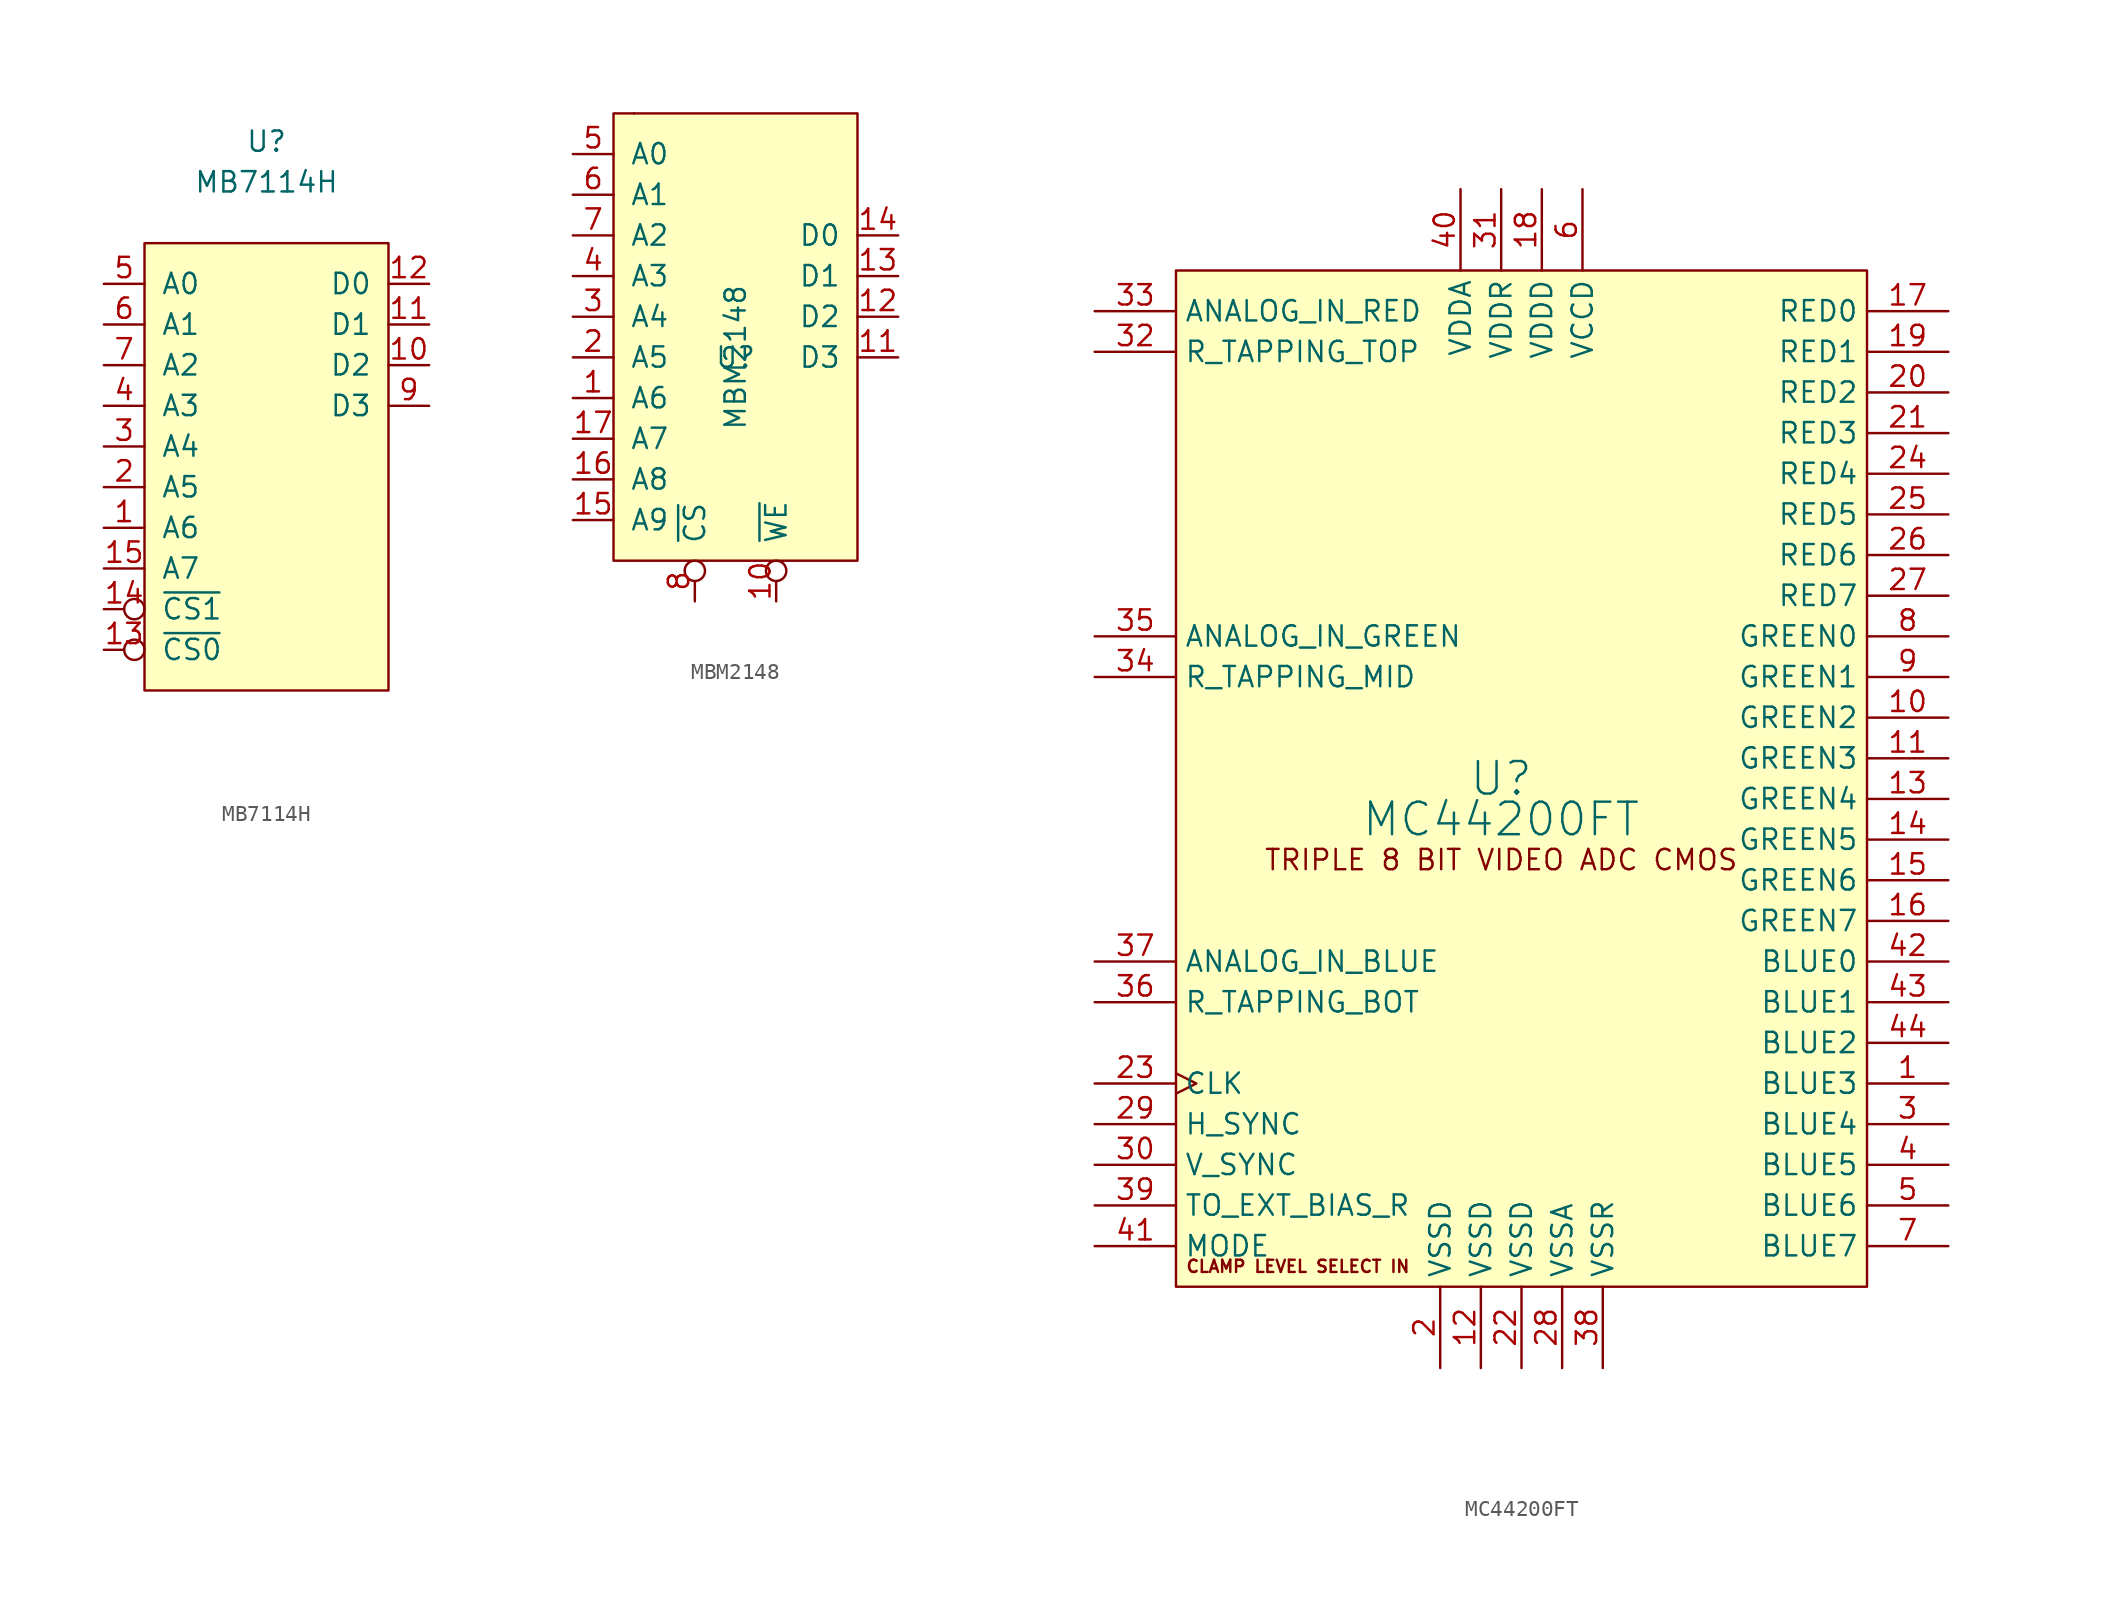
<source format=kicad_sym>
(kicad_symbol_lib
  (version 20211014)
  (generator kicad_symbol_editor)
  (symbol "MB7114H"
    (pin_names
      (offset 1.016))
    (property "Reference" "U"
      (at 0 11.43 0)
      (effects (font (size 1.27 1.27))))
    (property "Value" "MB7114H"
      (at 0 8.89 0)
      (effects (font (size 1.27 1.27))))
    (symbol "MB7114H_0_1"
      (rectangle (start -7.62 5.08) (end 7.62 -22.86) (stroke (width 0) (type default) (color 0 0 0 0)) (fill (type background))))
    (symbol "MB7114H_1_1"
      (pin input line (at -10.16 -12.7 0) (length 2.54) (name "A6" (effects (font (size 1.27 1.27)))) (number "1" (effects (font (size 1.27 1.27)))))
      (pin output line (at 10.16 -2.54 180) (length 2.54) (name "D2" (effects (font (size 1.27 1.27)))) (number "10" (effects (font (size 1.27 1.27)))))
      (pin output line (at 10.16 0 180) (length 2.54) (name "D1" (effects (font (size 1.27 1.27)))) (number "11" (effects (font (size 1.27 1.27)))))
      (pin output line (at 10.16 2.54 180) (length 2.54) (name "D0" (effects (font (size 1.27 1.27)))) (number "12" (effects (font (size 1.27 1.27)))))
      (pin input inverted (at -10.16 -20.32 0) (length 2.54) (name "~{CS0}" (effects (font (size 1.27 1.27)))) (number "13" (effects (font (size 1.27 1.27)))))
      (pin input inverted (at -10.16 -17.78 0) (length 2.54) (name "~{CS1}" (effects (font (size 1.27 1.27)))) (number "14" (effects (font (size 1.27 1.27)))))
      (pin input line (at -10.16 -15.24 0) (length 2.54) (name "A7" (effects (font (size 1.27 1.27)))) (number "15" (effects (font (size 1.27 1.27)))))
      (pin output line (at 0 7.62 270) (length 2.54) hide (name "VCC" (effects (font (size 1.27 1.27)))) (number "16" (effects (font (size 1.27 1.27)))))
      (pin input line (at -10.16 -10.16 0) (length 2.54) (name "A5" (effects (font (size 1.27 1.27)))) (number "2" (effects (font (size 1.27 1.27)))))
      (pin input line (at -10.16 -7.62 0) (length 2.54) (name "A4" (effects (font (size 1.27 1.27)))) (number "3" (effects (font (size 1.27 1.27)))))
      (pin input line (at -10.16 -5.08 0) (length 2.54) (name "A3" (effects (font (size 1.27 1.27)))) (number "4" (effects (font (size 1.27 1.27)))))
      (pin input line (at -10.16 2.54 0) (length 2.54) (name "A0" (effects (font (size 1.27 1.27)))) (number "5" (effects (font (size 1.27 1.27)))))
      (pin input line (at -10.16 0 0) (length 2.54) (name "A1" (effects (font (size 1.27 1.27)))) (number "6" (effects (font (size 1.27 1.27)))))
      (pin input line (at -10.16 -2.54 0) (length 2.54) (name "A2" (effects (font (size 1.27 1.27)))) (number "7" (effects (font (size 1.27 1.27)))))
      (pin output line (at 0 -25.4 90) (length 2.54) hide (name "GND" (effects (font (size 1.27 1.27)))) (number "8" (effects (font (size 1.27 1.27)))))
      (pin output line (at 10.16 -5.08 180) (length 2.54) (name "D3" (effects (font (size 1.27 1.27)))) (number "9" (effects (font (size 1.27 1.27)))))))
  (symbol "MBM2148"
    (pin_names
      (offset 1.016))
    (property "Reference" "U"
      (at -34.29 -20.32 0)
      (effects (font (size 1.27 1.27))))
    (property "Value" "MBM2148"
      (at -34.29 -20.32 90)
      (effects (font (size 1.27 1.27))))
    (symbol "MBM2148_0_1"
      (rectangle (start -41.91 -5.08) (end -26.67 -33.02) (stroke (width 0) (type default) (color 0 0 0 0)) (fill (type background)))
      (rectangle (start -40.64 -5.08) (end -40.64 -5.08) (stroke (width 0) (type default) (color 0 0 0 0)) (fill (type none))))
    (symbol "MBM2148_1_1"
      (pin input line (at -44.45 -22.86 0) (length 2.54) (name "A6" (effects (font (size 1.27 1.27)))) (number "1" (effects (font (size 1.27 1.27)))))
      (pin input inverted (at -31.75 -35.56 90) (length 2.54) (name "~{WE}" (effects (font (size 1.27 1.27)))) (number "10" (effects (font (size 1.27 1.27)))))
      (pin output line (at -24.13 -20.32 180) (length 2.54) (name "D3" (effects (font (size 1.27 1.27)))) (number "11" (effects (font (size 1.27 1.27)))))
      (pin output line (at -24.13 -17.78 180) (length 2.54) (name "D2" (effects (font (size 1.27 1.27)))) (number "12" (effects (font (size 1.27 1.27)))))
      (pin output line (at -24.13 -15.24 180) (length 2.54) (name "D1" (effects (font (size 1.27 1.27)))) (number "13" (effects (font (size 1.27 1.27)))))
      (pin output line (at -24.13 -12.7 180) (length 2.54) (name "D0" (effects (font (size 1.27 1.27)))) (number "14" (effects (font (size 1.27 1.27)))))
      (pin input line (at -44.45 -30.48 0) (length 2.54) (name "A9" (effects (font (size 1.27 1.27)))) (number "15" (effects (font (size 1.27 1.27)))))
      (pin input line (at -44.45 -27.94 0) (length 2.54) (name "A8" (effects (font (size 1.27 1.27)))) (number "16" (effects (font (size 1.27 1.27)))))
      (pin input line (at -44.45 -25.4 0) (length 2.54) (name "A7" (effects (font (size 1.27 1.27)))) (number "17" (effects (font (size 1.27 1.27)))))
      (pin power_in line (at -26.67 -7.62 180) (length 2.54) hide (name "VCC" (effects (font (size 1.27 1.27)))) (number "18" (effects (font (size 1.27 1.27)))))
      (pin input line (at -44.45 -20.32 0) (length 2.54) (name "A5" (effects (font (size 1.27 1.27)))) (number "2" (effects (font (size 1.27 1.27)))))
      (pin input line (at -44.45 -17.78 0) (length 2.54) (name "A4" (effects (font (size 1.27 1.27)))) (number "3" (effects (font (size 1.27 1.27)))))
      (pin input line (at -44.45 -15.24 0) (length 2.54) (name "A3" (effects (font (size 1.27 1.27)))) (number "4" (effects (font (size 1.27 1.27)))))
      (pin input line (at -44.45 -7.62 0) (length 2.54) (name "A0" (effects (font (size 1.27 1.27)))) (number "5" (effects (font (size 1.27 1.27)))))
      (pin input line (at -44.45 -10.16 0) (length 2.54) (name "A1" (effects (font (size 1.27 1.27)))) (number "6" (effects (font (size 1.27 1.27)))))
      (pin input line (at -44.45 -12.7 0) (length 2.54) (name "A2" (effects (font (size 1.27 1.27)))) (number "7" (effects (font (size 1.27 1.27)))))
      (pin input inverted (at -36.83 -35.56 90) (length 2.54) (name "~{CS}" (effects (font (size 1.27 1.27)))) (number "8" (effects (font (size 1.27 1.27)))))
      (pin power_in line (at -26.67 -10.16 180) (length 2.54) hide (name "VSS" (effects (font (size 1.27 1.27)))) (number "9" (effects (font (size 1.27 1.27)))))))
  (symbol "MC44200FT"
    (property "Reference" "U"
      (at -1.27 3.81 0)
      (effects (font (size 2.032 2.032))))
    (property "Value" "MC44200FT"
      (at -1.27 1.27 0)
      (effects (font (size 2.032 2.032))))
    (symbol "MC44200FT_0_0"
      (text "CLAMP LEVEL SELECT IN" (at -13.97 -26.67 0) (effects (font (size 0.762 0.762))))
      (text "TRIPLE 8 BIT VIDEO ADC CMOS" (at -1.27 -1.27 0) (effects (font (size 1.27 1.27)))))
    (symbol "MC44200FT_0_1"
      (rectangle (start -21.59 35.56) (end 21.59 -27.94) (stroke (width 0.152) (type default) (color 0 0 0 0)) (fill (type background))))
    (symbol "MC44200FT_1_1"
      (pin output line (at 26.67 -15.24 180) (length 5.08) (name "BLUE3" (effects (font (size 1.27 1.27)))) (number "1" (effects (font (size 1.27 1.27)))))
      (pin output line (at 26.67 7.62 180) (length 5.08) (name "GREEN2" (effects (font (size 1.27 1.27)))) (number "10" (effects (font (size 1.27 1.27)))))
      (pin output line (at 26.67 5.08 180) (length 5.08) (name "GREEN3" (effects (font (size 1.27 1.27)))) (number "11" (effects (font (size 1.27 1.27)))))
      (pin power_in line (at -2.54 -33.02 90) (length 5.08) (name "VSSD" (effects (font (size 1.27 1.27)))) (number "12" (effects (font (size 1.27 1.27)))))
      (pin output line (at 26.67 2.54 180) (length 5.08) (name "GREEN4" (effects (font (size 1.27 1.27)))) (number "13" (effects (font (size 1.27 1.27)))))
      (pin output line (at 26.67 0 180) (length 5.08) (name "GREEN5" (effects (font (size 1.27 1.27)))) (number "14" (effects (font (size 1.27 1.27)))))
      (pin output line (at 26.67 -2.54 180) (length 5.08) (name "GREEN6" (effects (font (size 1.27 1.27)))) (number "15" (effects (font (size 1.27 1.27)))))
      (pin output line (at 26.67 -5.08 180) (length 5.08) (name "GREEN7" (effects (font (size 1.27 1.27)))) (number "16" (effects (font (size 1.27 1.27)))))
      (pin output line (at 26.67 33.02 180) (length 5.08) (name "RED0" (effects (font (size 1.27 1.27)))) (number "17" (effects (font (size 1.27 1.27)))))
      (pin power_in line (at 1.27 40.64 270) (length 5.08) (name "VDDD" (effects (font (size 1.27 1.27)))) (number "18" (effects (font (size 1.27 1.27)))))
      (pin output line (at 26.67 30.48 180) (length 5.08) (name "RED1" (effects (font (size 1.27 1.27)))) (number "19" (effects (font (size 1.27 1.27)))))
      (pin power_in line (at -5.08 -33.02 90) (length 5.08) (name "VSSD" (effects (font (size 1.27 1.27)))) (number "2" (effects (font (size 1.27 1.27)))))
      (pin output line (at 26.67 27.94 180) (length 5.08) (name "RED2" (effects (font (size 1.27 1.27)))) (number "20" (effects (font (size 1.27 1.27)))))
      (pin output line (at 26.67 25.4 180) (length 5.08) (name "RED3" (effects (font (size 1.27 1.27)))) (number "21" (effects (font (size 1.27 1.27)))))
      (pin power_in line (at 0 -33.02 90) (length 5.08) (name "VSSD" (effects (font (size 1.27 1.27)))) (number "22" (effects (font (size 1.27 1.27)))))
      (pin input clock (at -26.67 -15.24 0) (length 5.08) (name "CLK" (effects (font (size 1.27 1.27)))) (number "23" (effects (font (size 1.27 1.27)))))
      (pin output line (at 26.67 22.86 180) (length 5.08) (name "RED4" (effects (font (size 1.27 1.27)))) (number "24" (effects (font (size 1.27 1.27)))))
      (pin output line (at 26.67 20.32 180) (length 5.08) (name "RED5" (effects (font (size 1.27 1.27)))) (number "25" (effects (font (size 1.27 1.27)))))
      (pin output line (at 26.67 17.78 180) (length 5.08) (name "RED6" (effects (font (size 1.27 1.27)))) (number "26" (effects (font (size 1.27 1.27)))))
      (pin output line (at 26.67 15.24 180) (length 5.08) (name "RED7" (effects (font (size 1.27 1.27)))) (number "27" (effects (font (size 1.27 1.27)))))
      (pin power_in line (at 2.54 -33.02 90) (length 5.08) (name "VSSA" (effects (font (size 1.27 1.27)))) (number "28" (effects (font (size 1.27 1.27)))))
      (pin input line (at -26.67 -17.78 0) (length 5.08) (name "H_SYNC" (effects (font (size 1.27 1.27)))) (number "29" (effects (font (size 1.27 1.27)))))
      (pin output line (at 26.67 -17.78 180) (length 5.08) (name "BLUE4" (effects (font (size 1.27 1.27)))) (number "3" (effects (font (size 1.27 1.27)))))
      (pin input line (at -26.67 -20.32 0) (length 5.08) (name "V_SYNC" (effects (font (size 1.27 1.27)))) (number "30" (effects (font (size 1.27 1.27)))))
      (pin power_in line (at -1.27 40.64 270) (length 5.08) (name "VDDR" (effects (font (size 1.27 1.27)))) (number "31" (effects (font (size 1.27 1.27)))))
      (pin input line (at -26.67 30.48 0) (length 5.08) (name "R_TAPPING_TOP" (effects (font (size 1.27 1.27)))) (number "32" (effects (font (size 1.27 1.27)))))
      (pin input line (at -26.67 33.02 0) (length 5.08) (name "ANALOG_IN_RED" (effects (font (size 1.27 1.27)))) (number "33" (effects (font (size 1.27 1.27)))))
      (pin input line (at -26.67 10.16 0) (length 5.08) (name "R_TAPPING_MID" (effects (font (size 1.27 1.27)))) (number "34" (effects (font (size 1.27 1.27)))))
      (pin input line (at -26.67 12.7 0) (length 5.08) (name "ANALOG_IN_GREEN" (effects (font (size 1.27 1.27)))) (number "35" (effects (font (size 1.27 1.27)))))
      (pin input line (at -26.67 -10.16 0) (length 5.08) (name "R_TAPPING_BOT" (effects (font (size 1.27 1.27)))) (number "36" (effects (font (size 1.27 1.27)))))
      (pin input line (at -26.67 -7.62 0) (length 5.08) (name "ANALOG_IN_BLUE" (effects (font (size 1.27 1.27)))) (number "37" (effects (font (size 1.27 1.27)))))
      (pin power_in line (at 5.08 -33.02 90) (length 5.08) (name "VSSR" (effects (font (size 1.27 1.27)))) (number "38" (effects (font (size 1.27 1.27)))))
      (pin input line (at -26.67 -22.86 0) (length 5.08) (name "TO_EXT_BIAS_R" (effects (font (size 1.27 1.27)))) (number "39" (effects (font (size 1.27 1.27)))))
      (pin output line (at 26.67 -20.32 180) (length 5.08) (name "BLUE5" (effects (font (size 1.27 1.27)))) (number "4" (effects (font (size 1.27 1.27)))))
      (pin power_in line (at -3.81 40.64 270) (length 5.08) (name "VDDA" (effects (font (size 1.27 1.27)))) (number "40" (effects (font (size 1.27 1.27)))))
      (pin input line (at -26.67 -25.4 0) (length 5.08) (name "MODE" (effects (font (size 1.27 1.27)))) (number "41" (effects (font (size 1.27 1.27)))))
      (pin output line (at 26.67 -7.62 180) (length 5.08) (name "BLUE0" (effects (font (size 1.27 1.27)))) (number "42" (effects (font (size 1.27 1.27)))))
      (pin output line (at 26.67 -10.16 180) (length 5.08) (name "BLUE1" (effects (font (size 1.27 1.27)))) (number "43" (effects (font (size 1.27 1.27)))))
      (pin output line (at 26.67 -12.7 180) (length 5.08) (name "BLUE2" (effects (font (size 1.27 1.27)))) (number "44" (effects (font (size 1.27 1.27)))))
      (pin output line (at 26.67 -22.86 180) (length 5.08) (name "BLUE6" (effects (font (size 1.27 1.27)))) (number "5" (effects (font (size 1.27 1.27)))))
      (pin power_in line (at 3.81 40.64 270) (length 5.08) (name "VCCD" (effects (font (size 1.27 1.27)))) (number "6" (effects (font (size 1.27 1.27)))))
      (pin output line (at 26.67 -25.4 180) (length 5.08) (name "BLUE7" (effects (font (size 1.27 1.27)))) (number "7" (effects (font (size 1.27 1.27)))))
      (pin output line (at 26.67 12.7 180) (length 5.08) (name "GREEN0" (effects (font (size 1.27 1.27)))) (number "8" (effects (font (size 1.27 1.27)))))
      (pin output line (at 26.67 10.16 180) (length 5.08) (name "GREEN1" (effects (font (size 1.27 1.27)))) (number "9" (effects (font (size 1.27 1.27))))))))
</source>
